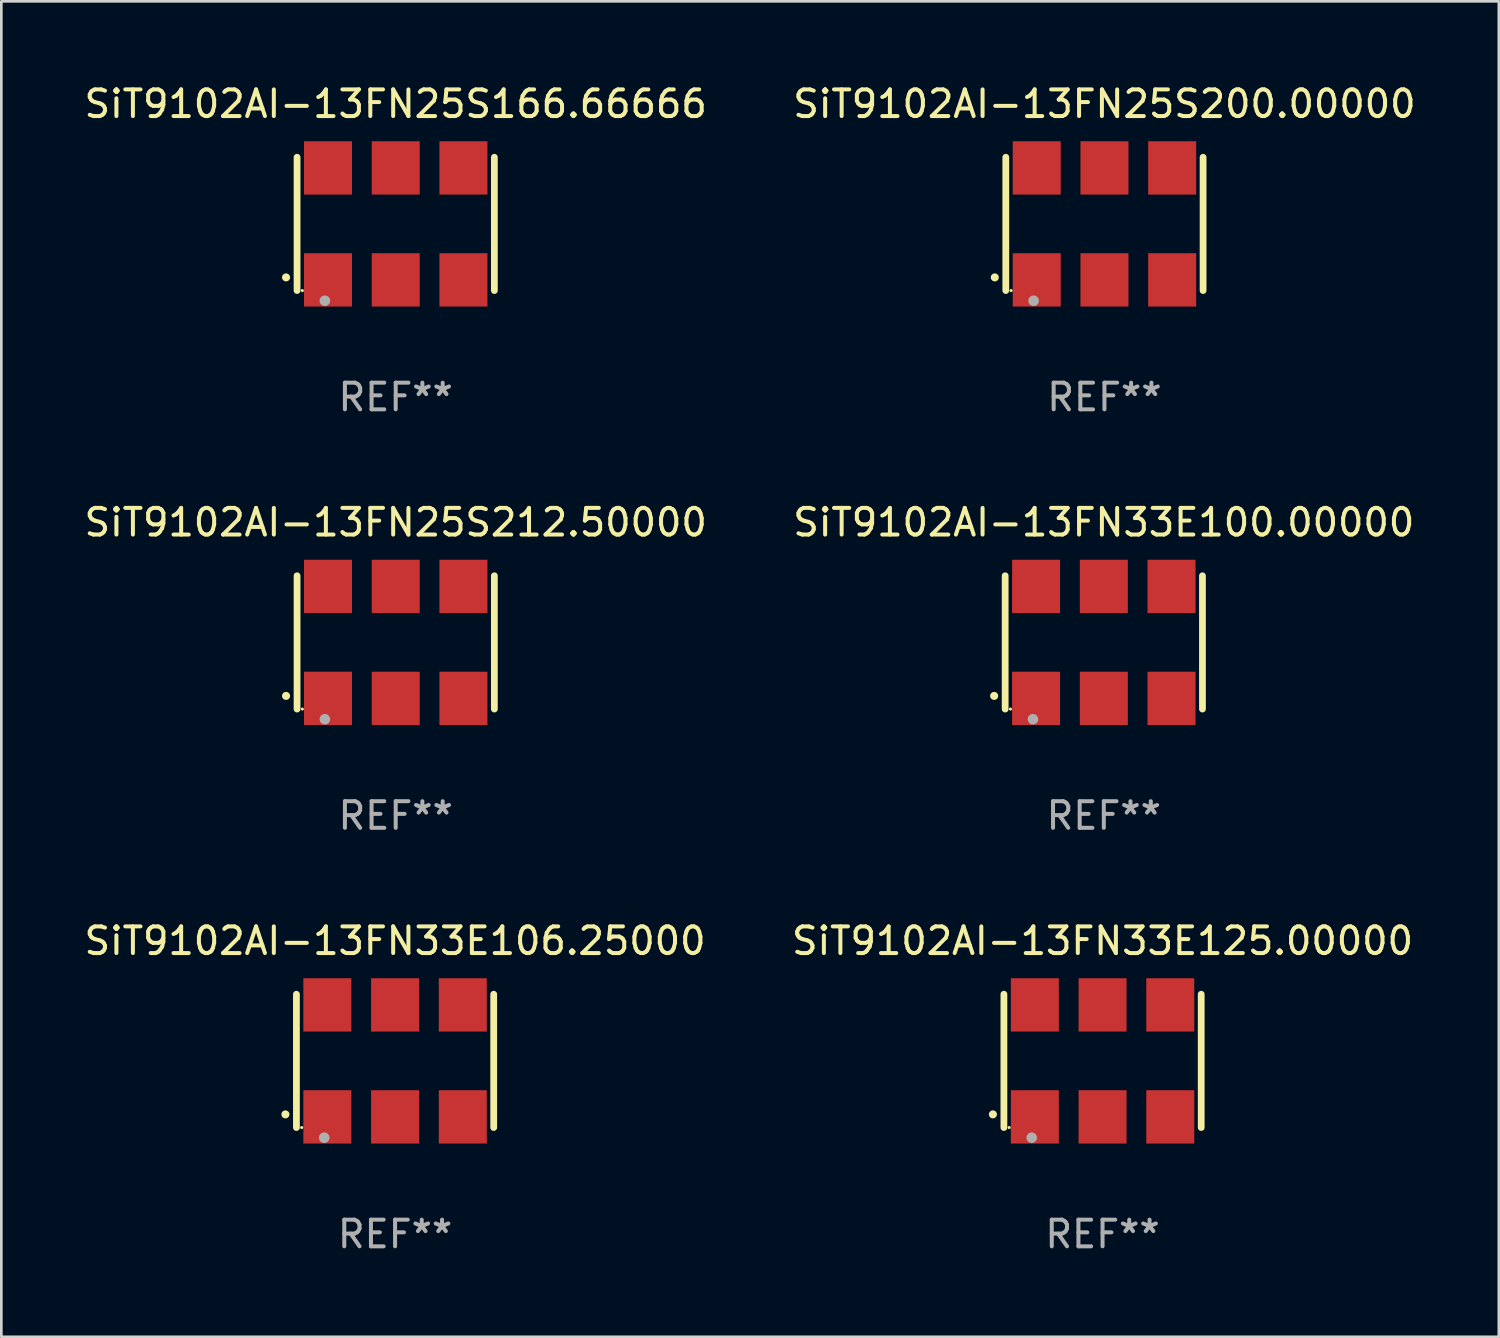
<source format=kicad_pcb>
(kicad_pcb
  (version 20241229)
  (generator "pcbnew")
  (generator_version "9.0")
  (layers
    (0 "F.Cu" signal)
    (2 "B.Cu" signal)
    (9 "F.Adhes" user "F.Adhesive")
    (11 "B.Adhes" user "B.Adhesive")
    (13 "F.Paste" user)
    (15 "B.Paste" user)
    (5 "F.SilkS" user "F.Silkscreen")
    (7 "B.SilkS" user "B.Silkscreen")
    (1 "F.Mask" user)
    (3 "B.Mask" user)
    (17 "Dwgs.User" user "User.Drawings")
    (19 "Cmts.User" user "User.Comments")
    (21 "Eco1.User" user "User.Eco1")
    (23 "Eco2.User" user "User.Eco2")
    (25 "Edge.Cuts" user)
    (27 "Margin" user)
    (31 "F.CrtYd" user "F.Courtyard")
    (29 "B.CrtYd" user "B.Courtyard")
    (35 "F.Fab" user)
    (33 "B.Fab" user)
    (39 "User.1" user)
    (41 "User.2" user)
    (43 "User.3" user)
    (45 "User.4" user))
  (footprint "SiT9102AI-13FN25S200.00000"
    (layer "F.Cu")
    (at 38.375 5.348)
    (property "Reference" "SiT9102AI-13FN25S200.00000" (at 0 -4.5 0) (layer "F.SilkS") (effects (font (size 1 1) (thickness 0.15))))
    (attr through_hole)
    (fp_line (start -3.7 -2.5) (end -3.7 2.5) (stroke (width 0.254) (type solid)) (layer "F.SilkS"))
    (fp_line (start 3.7 -2.5) (end 3.7 2.5) (stroke (width 0.254) (type solid)) (layer "F.SilkS"))
    (fp_arc (start -4.114415 2.006604) (mid -4.113145 2.006599) (end -4.111875 2.006604) (stroke (width 0.3) (type solid)) (layer "F.SilkS"))
    (fp_circle (center -3.502 2.5) (end -3.472 2.5) (stroke (width 0.06) (type solid)) (fill no) (layer "F.SilkS"))
    (fp_circle (center -2.657 2.882) (end -2.557 2.882) (stroke (width 0.2) (type solid)) (fill no) (layer "F.Fab"))
    (fp_text user "REF**" (at 0 6.5 0) (layer "F.Fab") (effects (font (size 1 1) (thickness 0.15))))
    (pad "1" smd rect (at -2.54 2.1) (size 1.8 2) (layers "F.Cu" "F.Mask" "F.Paste"))
    (pad "2" smd rect (at 0.000394 2.1) (size 1.8 2) (layers "F.Cu" "F.Mask" "F.Paste"))
    (pad "3" smd rect (at 2.54 2.1) (size 1.8 2) (layers "F.Cu" "F.Mask" "F.Paste"))
    (pad "4" smd rect (at 2.54 -2.1) (size 1.8 2) (layers "F.Cu" "F.Mask" "F.Paste"))
    (pad "5" smd rect (at 0.000394 -2.1) (size 1.8 2) (layers "F.Cu" "F.Mask" "F.Paste"))
    (pad "6" smd rect (at -2.54 -2.1) (size 1.8 2) (layers "F.Cu" "F.Mask" "F.Paste")))
  (footprint "SiT9102AI-13FN33E100.00000"
    (layer "F.Cu")
    (at 38.351 21.045)
    (property "Reference" "SiT9102AI-13FN33E100.00000" (at 0 -4.5 0) (layer "F.SilkS") (effects (font (size 1 1) (thickness 0.15))))
    (attr through_hole)
    (fp_line (start -3.7 -2.5) (end -3.7 2.5) (stroke (width 0.254) (type solid)) (layer "F.SilkS"))
    (fp_line (start 3.7 -2.5) (end 3.7 2.5) (stroke (width 0.254) (type solid)) (layer "F.SilkS"))
    (fp_arc (start -4.114415 2.006604) (mid -4.113145 2.006599) (end -4.111875 2.006604) (stroke (width 0.3) (type solid)) (layer "F.SilkS"))
    (fp_circle (center -3.502 2.5) (end -3.472 2.5) (stroke (width 0.06) (type solid)) (fill no) (layer "F.SilkS"))
    (fp_circle (center -2.657 2.882) (end -2.557 2.882) (stroke (width 0.2) (type solid)) (fill no) (layer "F.Fab"))
    (fp_text user "REF**" (at 0 6.5 0) (layer "F.Fab") (effects (font (size 1 1) (thickness 0.15))))
    (pad "1" smd rect (at -2.54 2.1) (size 1.8 2) (layers "F.Cu" "F.Mask" "F.Paste"))
    (pad "2" smd rect (at 0.000394 2.1) (size 1.8 2) (layers "F.Cu" "F.Mask" "F.Paste"))
    (pad "3" smd rect (at 2.54 2.1) (size 1.8 2) (layers "F.Cu" "F.Mask" "F.Paste"))
    (pad "4" smd rect (at 2.54 -2.1) (size 1.8 2) (layers "F.Cu" "F.Mask" "F.Paste"))
    (pad "5" smd rect (at 0.000394 -2.1) (size 1.8 2) (layers "F.Cu" "F.Mask" "F.Paste"))
    (pad "6" smd rect (at -2.54 -2.1) (size 1.8 2) (layers "F.Cu" "F.Mask" "F.Paste")))
  (footprint "SiT9102AI-13FN33E106.25000"
    (layer "F.Cu")
    (at 11.768 36.741)
    (property "Reference" "SiT9102AI-13FN33E106.25000" (at 0 -4.5 0) (layer "F.SilkS") (effects (font (size 1 1) (thickness 0.15))))
    (attr through_hole)
    (fp_line (start -3.7 -2.5) (end -3.7 2.5) (stroke (width 0.254) (type solid)) (layer "F.SilkS"))
    (fp_line (start 3.7 -2.5) (end 3.7 2.5) (stroke (width 0.254) (type solid)) (layer "F.SilkS"))
    (fp_arc (start -4.114415 2.006604) (mid -4.113145 2.006599) (end -4.111875 2.006604) (stroke (width 0.3) (type solid)) (layer "F.SilkS"))
    (fp_circle (center -3.502 2.5) (end -3.472 2.5) (stroke (width 0.06) (type solid)) (fill no) (layer "F.SilkS"))
    (fp_circle (center -2.657 2.882) (end -2.557 2.882) (stroke (width 0.2) (type solid)) (fill no) (layer "F.Fab"))
    (fp_text user "REF**" (at 0 6.5 0) (layer "F.Fab") (effects (font (size 1 1) (thickness 0.15))))
    (pad "1" smd rect (at -2.54 2.1) (size 1.8 2) (layers "F.Cu" "F.Mask" "F.Paste"))
    (pad "2" smd rect (at 0.000394 2.1) (size 1.8 2) (layers "F.Cu" "F.Mask" "F.Paste"))
    (pad "3" smd rect (at 2.54 2.1) (size 1.8 2) (layers "F.Cu" "F.Mask" "F.Paste"))
    (pad "4" smd rect (at 2.54 -2.1) (size 1.8 2) (layers "F.Cu" "F.Mask" "F.Paste"))
    (pad "5" smd rect (at 0.000394 -2.1) (size 1.8 2) (layers "F.Cu" "F.Mask" "F.Paste"))
    (pad "6" smd rect (at -2.54 -2.1) (size 1.8 2) (layers "F.Cu" "F.Mask" "F.Paste")))
  (footprint "SiT9102AI-13FN25S212.50000"
    (layer "F.Cu")
    (at 11.792 21.045)
    (property "Reference" "SiT9102AI-13FN25S212.50000" (at 0 -4.5 0) (layer "F.SilkS") (effects (font (size 1 1) (thickness 0.15))))
    (attr through_hole)
    (fp_line (start -3.7 -2.5) (end -3.7 2.5) (stroke (width 0.254) (type solid)) (layer "F.SilkS"))
    (fp_line (start 3.7 -2.5) (end 3.7 2.5) (stroke (width 0.254) (type solid)) (layer "F.SilkS"))
    (fp_arc (start -4.114415 2.006604) (mid -4.113145 2.006599) (end -4.111875 2.006604) (stroke (width 0.3) (type solid)) (layer "F.SilkS"))
    (fp_circle (center -3.502 2.5) (end -3.472 2.5) (stroke (width 0.06) (type solid)) (fill no) (layer "F.SilkS"))
    (fp_circle (center -2.657 2.882) (end -2.557 2.882) (stroke (width 0.2) (type solid)) (fill no) (layer "F.Fab"))
    (fp_text user "REF**" (at 0 6.5 0) (layer "F.Fab") (effects (font (size 1 1) (thickness 0.15))))
    (pad "1" smd rect (at -2.54 2.1) (size 1.8 2) (layers "F.Cu" "F.Mask" "F.Paste"))
    (pad "2" smd rect (at 0.000394 2.1) (size 1.8 2) (layers "F.Cu" "F.Mask" "F.Paste"))
    (pad "3" smd rect (at 2.54 2.1) (size 1.8 2) (layers "F.Cu" "F.Mask" "F.Paste"))
    (pad "4" smd rect (at 2.54 -2.1) (size 1.8 2) (layers "F.Cu" "F.Mask" "F.Paste"))
    (pad "5" smd rect (at 0.000394 -2.1) (size 1.8 2) (layers "F.Cu" "F.Mask" "F.Paste"))
    (pad "6" smd rect (at -2.54 -2.1) (size 1.8 2) (layers "F.Cu" "F.Mask" "F.Paste")))
  (footprint "SiT9102AI-13FN33E125.00000"
    (layer "F.Cu")
    (at 38.304 36.741)
    (property "Reference" "SiT9102AI-13FN33E125.00000" (at 0 -4.5 0) (layer "F.SilkS") (effects (font (size 1 1) (thickness 0.15))))
    (attr through_hole)
    (fp_line (start -3.7 -2.5) (end -3.7 2.5) (stroke (width 0.254) (type solid)) (layer "F.SilkS"))
    (fp_line (start 3.7 -2.5) (end 3.7 2.5) (stroke (width 0.254) (type solid)) (layer "F.SilkS"))
    (fp_arc (start -4.114415 2.006604) (mid -4.113145 2.006599) (end -4.111875 2.006604) (stroke (width 0.3) (type solid)) (layer "F.SilkS"))
    (fp_circle (center -3.502 2.5) (end -3.472 2.5) (stroke (width 0.06) (type solid)) (fill no) (layer "F.SilkS"))
    (fp_circle (center -2.657 2.882) (end -2.557 2.882) (stroke (width 0.2) (type solid)) (fill no) (layer "F.Fab"))
    (fp_text user "REF**" (at 0 6.5 0) (layer "F.Fab") (effects (font (size 1 1) (thickness 0.15))))
    (pad "1" smd rect (at -2.54 2.1) (size 1.8 2) (layers "F.Cu" "F.Mask" "F.Paste"))
    (pad "2" smd rect (at 0.000394 2.1) (size 1.8 2) (layers "F.Cu" "F.Mask" "F.Paste"))
    (pad "3" smd rect (at 2.54 2.1) (size 1.8 2) (layers "F.Cu" "F.Mask" "F.Paste"))
    (pad "4" smd rect (at 2.54 -2.1) (size 1.8 2) (layers "F.Cu" "F.Mask" "F.Paste"))
    (pad "5" smd rect (at 0.000394 -2.1) (size 1.8 2) (layers "F.Cu" "F.Mask" "F.Paste"))
    (pad "6" smd rect (at -2.54 -2.1) (size 1.8 2) (layers "F.Cu" "F.Mask" "F.Paste")))
  (footprint "SiT9102AI-13FN25S166.66666"
    (layer "F.Cu")
    (at 11.792 5.348)
    (property "Reference" "SiT9102AI-13FN25S166.66666" (at 0 -4.5 0) (layer "F.SilkS") (effects (font (size 1 1) (thickness 0.15))))
    (attr through_hole)
    (fp_line (start -3.7 -2.5) (end -3.7 2.5) (stroke (width 0.254) (type solid)) (layer "F.SilkS"))
    (fp_line (start 3.7 -2.5) (end 3.7 2.5) (stroke (width 0.254) (type solid)) (layer "F.SilkS"))
    (fp_arc (start -4.114415 2.006604) (mid -4.113145 2.006599) (end -4.111875 2.006604) (stroke (width 0.3) (type solid)) (layer "F.SilkS"))
    (fp_circle (center -3.502 2.5) (end -3.472 2.5) (stroke (width 0.06) (type solid)) (fill no) (layer "F.SilkS"))
    (fp_circle (center -2.657 2.882) (end -2.557 2.882) (stroke (width 0.2) (type solid)) (fill no) (layer "F.Fab"))
    (fp_text user "REF**" (at 0 6.5 0) (layer "F.Fab") (effects (font (size 1 1) (thickness 0.15))))
    (pad "1" smd rect (at -2.54 2.1) (size 1.8 2) (layers "F.Cu" "F.Mask" "F.Paste"))
    (pad "2" smd rect (at 0.000394 2.1) (size 1.8 2) (layers "F.Cu" "F.Mask" "F.Paste"))
    (pad "3" smd rect (at 2.54 2.1) (size 1.8 2) (layers "F.Cu" "F.Mask" "F.Paste"))
    (pad "4" smd rect (at 2.54 -2.1) (size 1.8 2) (layers "F.Cu" "F.Mask" "F.Paste"))
    (pad "5" smd rect (at 0.000394 -2.1) (size 1.8 2) (layers "F.Cu" "F.Mask" "F.Paste"))
    (pad "6" smd rect (at -2.54 -2.1) (size 1.8 2) (layers "F.Cu" "F.Mask" "F.Paste")))
  (gr_rect
    (start -3 -3)
    (end 53.167 47.09)
    (stroke (width 0.1) (type default))
    (fill no)
    (layer "Edge.Cuts")))
</source>
